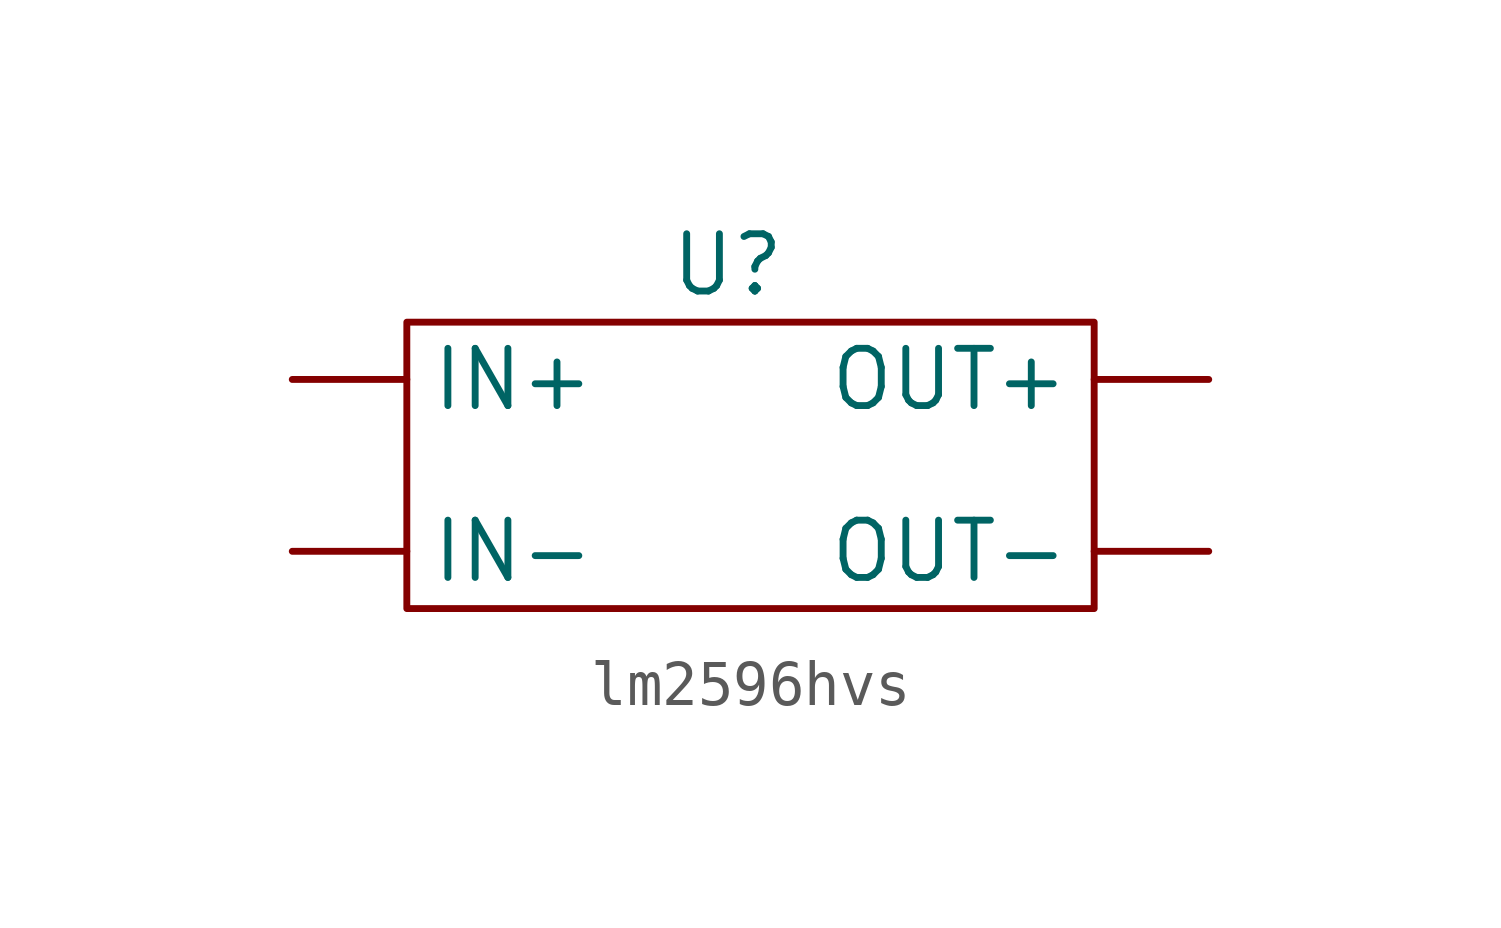
<source format=kicad_sym>
(kicad_symbol_lib
  (version 20241209)
  (generator "kicad_symbol_editor")
  (generator_version "9.0")
  (symbol "lm2596hvs"
    (property "Reference" "U"
      (at 3.302 0 0)
      (effects (font (size 1.27 1.27))))
    (property "Value" ""
      (at 0 0 0)
      (effects (font (size 1.27 1.27))))
    (symbol "lm2596hvs_0_1"
      (rectangle (start -3.81 -1.27) (end 11.43 -7.62) (stroke (width 0) (type default)) (fill (type none))))
    (symbol "lm2596hvs_1_1"
      (pin input line (at -6.35 -2.54 0) (length 2.54) (name "IN+" (effects (font (size 1.27 1.27)))) (number "" (effects (font (size 1.27 1.27)))))
      (pin input line (at -6.35 -6.35 0) (length 2.54) (name "IN-" (effects (font (size 1.27 1.27)))) (number "" (effects (font (size 1.27 1.27)))))
      (pin output line (at 13.97 -2.54 180) (length 2.54) (name "OUT+" (effects (font (size 1.27 1.27)))) (number "" (effects (font (size 1.27 1.27)))))
      (pin output line (at 13.97 -6.35 180) (length 2.54) (name "OUT-" (effects (font (size 1.27 1.27)))) (number "" (effects (font (size 1.27 1.27))))))))
</source>
